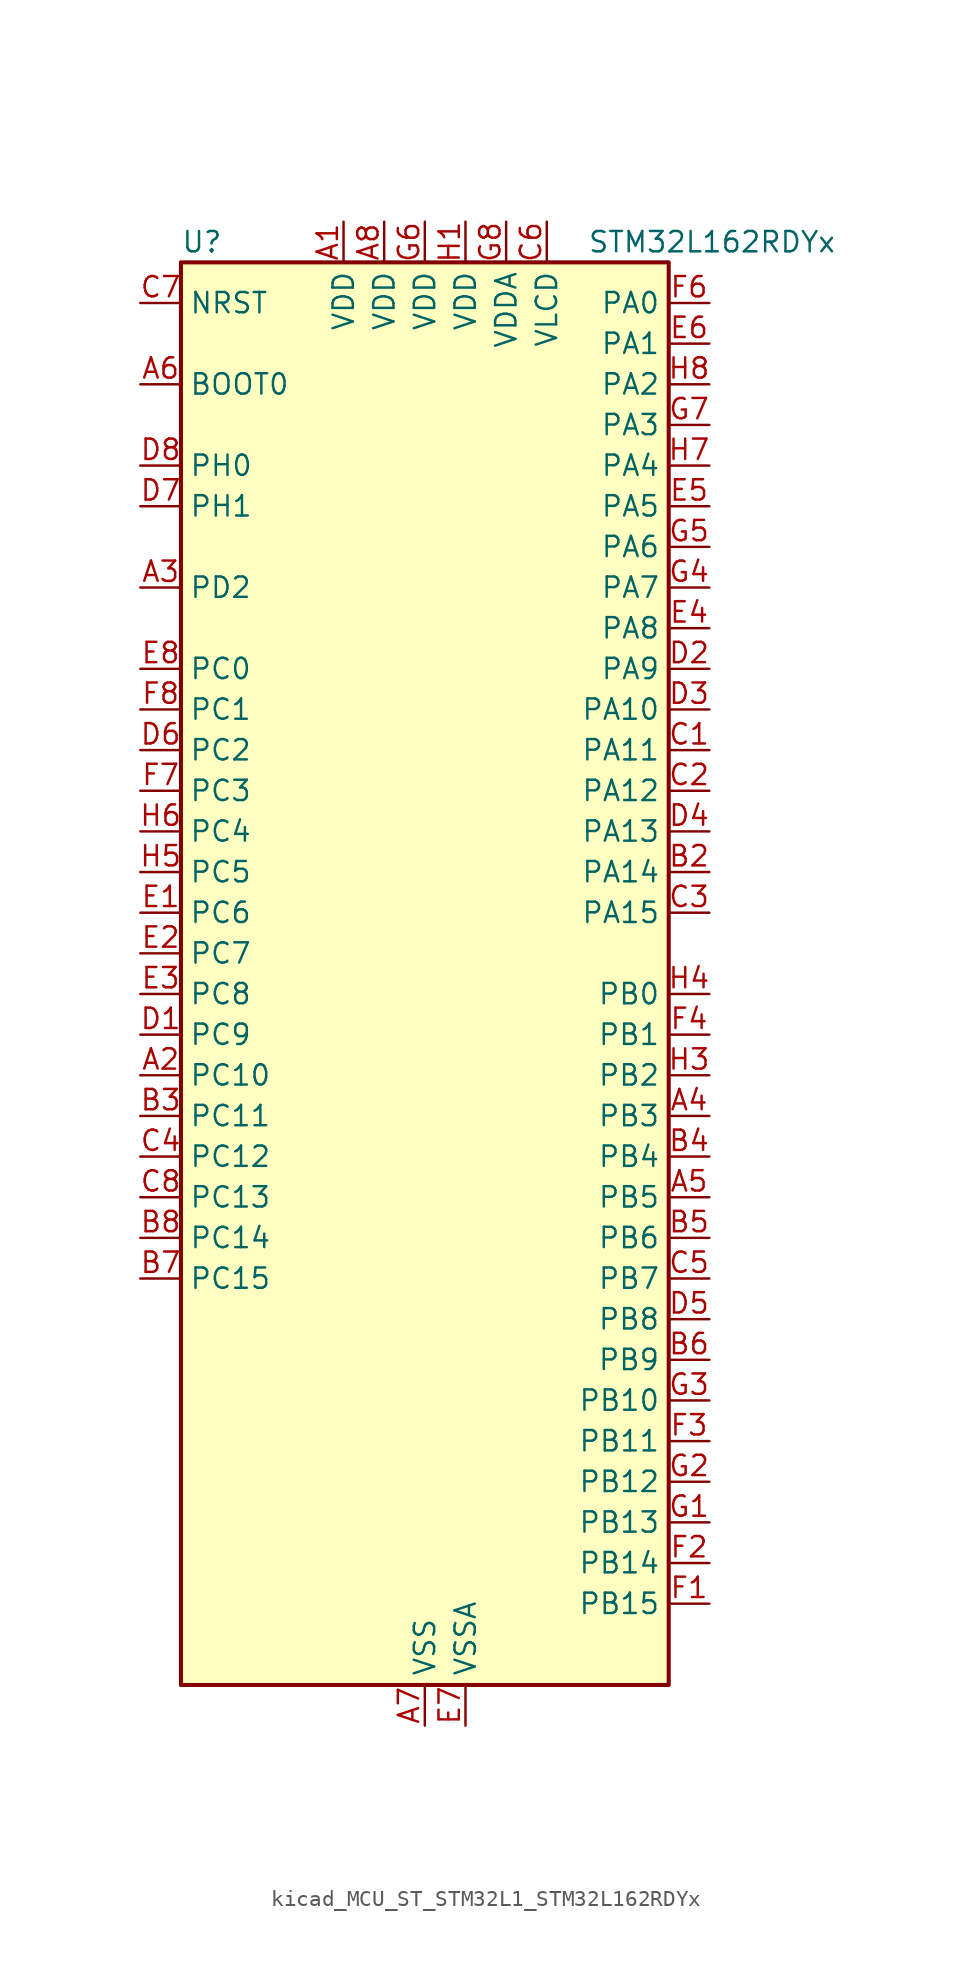
<source format=kicad_sym>
(kicad_symbol_lib
  (version 20220914)
  (generator kicad_symbol_editor)
  (symbol "kicad_MCU_ST_STM32L1_STM32L162RDYx"
    (property "Reference" "U"
      (at -15.24 46.99 0)
      (effects (font (size 1.27 1.27)) (justify left)))
    (property "Value" "STM32L162RDYx"
      (at 10.16 46.99 0)
      (effects (font (size 1.27 1.27)) (justify left)))
    (property "ki_locked" ""
      (at 0 0 0)
      (effects (font (size 1.27 1.27))))
    (symbol "kicad_MCU_ST_STM32L1_STM32L162RDYx_0_1"
      (rectangle (start -15.24 -43.18) (end 15.24 45.72) (stroke (width 0.254) (type default)) (fill (type background))))
    (symbol "kicad_MCU_ST_STM32L1_STM32L162RDYx_1_1"
      (pin power_in line (at -5.08 48.26 270) (length 2.54) (name "VDD" (effects (font (size 1.27 1.27)))) (number "A1" (effects (font (size 1.27 1.27)))))
      (pin bidirectional line (at -17.78 -5.08 0) (length 2.54) (name "PC10" (effects (font (size 1.27 1.27)))) (number "A2" (effects (font (size 1.27 1.27)))) (alternate "I2S3_CK" bidirectional line) (alternate "LCD_COM4" bidirectional line) (alternate "LCD_SEG28" bidirectional line) (alternate "LCD_SEG40" bidirectional line) (alternate "SDIO_D2" bidirectional line) (alternate "SPI3_SCK" bidirectional line) (alternate "TIMX_IC3" bidirectional line) (alternate "UART4_TX" bidirectional line) (alternate "USART3_TX" bidirectional line))
      (pin bidirectional line (at -17.78 25.4 0) (length 2.54) (name "PD2" (effects (font (size 1.27 1.27)))) (number "A3" (effects (font (size 1.27 1.27)))) (alternate "LCD_COM7" bidirectional line) (alternate "LCD_SEG31" bidirectional line) (alternate "LCD_SEG43" bidirectional line) (alternate "SDIO_CMD" bidirectional line) (alternate "TIM3_ETR" bidirectional line) (alternate "TIMX_IC3" bidirectional line) (alternate "UART5_RX" bidirectional line))
      (pin bidirectional line (at 17.78 -7.62 180) (length 2.54) (name "PB3" (effects (font (size 1.27 1.27)))) (number "A4" (effects (font (size 1.27 1.27)))) (alternate "COMP2_INM" bidirectional line) (alternate "I2S3_CK" bidirectional line) (alternate "LCD_SEG7" bidirectional line) (alternate "SPI1_SCK" bidirectional line) (alternate "SPI3_SCK" bidirectional line) (alternate "SYS_JTDO-TRACESWO" bidirectional line) (alternate "TIM2_CH2" bidirectional line))
      (pin bidirectional line (at 17.78 -12.7 180) (length 2.54) (name "PB5" (effects (font (size 1.27 1.27)))) (number "A5" (effects (font (size 1.27 1.27)))) (alternate "COMP2_INP" bidirectional line) (alternate "I2C1_SMBA" bidirectional line) (alternate "I2S3_SD" bidirectional line) (alternate "LCD_SEG9" bidirectional line) (alternate "SPI1_MOSI" bidirectional line) (alternate "SPI3_MOSI" bidirectional line) (alternate "TIM3_CH2" bidirectional line) (alternate "TS_G6_IO2" bidirectional line))
      (pin input line (at -17.78 38.1 0) (length 2.54) (name "BOOT0" (effects (font (size 1.27 1.27)))) (number "A6" (effects (font (size 1.27 1.27)))))
      (pin power_in line (at 0 -45.72 90) (length 2.54) (name "VSS" (effects (font (size 1.27 1.27)))) (number "A7" (effects (font (size 1.27 1.27)))))
      (pin power_in line (at -2.54 48.26 270) (length 2.54) (name "VDD" (effects (font (size 1.27 1.27)))) (number "A8" (effects (font (size 1.27 1.27)))))
      (pin passive line (at 0 -45.72 90) (length 2.54) hide (name "VSS" (effects (font (size 1.27 1.27)))) (number "B1" (effects (font (size 1.27 1.27)))))
      (pin bidirectional line (at 17.78 7.62 180) (length 2.54) (name "PA14" (effects (font (size 1.27 1.27)))) (number "B2" (effects (font (size 1.27 1.27)))) (alternate "SYS_JTCK-SWCLK" bidirectional line) (alternate "TIMX_IC3" bidirectional line) (alternate "TS_G5_IO2" bidirectional line))
      (pin bidirectional line (at -17.78 -7.62 0) (length 2.54) (name "PC11" (effects (font (size 1.27 1.27)))) (number "B3" (effects (font (size 1.27 1.27)))) (alternate "ADC_EXTI11" bidirectional line) (alternate "LCD_COM5" bidirectional line) (alternate "LCD_SEG29" bidirectional line) (alternate "LCD_SEG41" bidirectional line) (alternate "SDIO_D3" bidirectional line) (alternate "SPI3_MISO" bidirectional line) (alternate "TIMX_IC4" bidirectional line) (alternate "UART4_RX" bidirectional line) (alternate "USART3_RX" bidirectional line))
      (pin bidirectional line (at 17.78 -10.16 180) (length 2.54) (name "PB4" (effects (font (size 1.27 1.27)))) (number "B4" (effects (font (size 1.27 1.27)))) (alternate "COMP2_INP" bidirectional line) (alternate "LCD_SEG8" bidirectional line) (alternate "SPI1_MISO" bidirectional line) (alternate "SPI3_MISO" bidirectional line) (alternate "SYS_JTRST" bidirectional line) (alternate "TIM3_CH1" bidirectional line) (alternate "TS_G6_IO1" bidirectional line))
      (pin bidirectional line (at 17.78 -15.24 180) (length 2.54) (name "PB6" (effects (font (size 1.27 1.27)))) (number "B5" (effects (font (size 1.27 1.27)))) (alternate "COMP2_INP" bidirectional line) (alternate "I2C1_SCL" bidirectional line) (alternate "TIM4_CH1" bidirectional line) (alternate "TS_G6_IO3" bidirectional line) (alternate "USART1_TX" bidirectional line))
      (pin bidirectional line (at 17.78 -22.86 180) (length 2.54) (name "PB9" (effects (font (size 1.27 1.27)))) (number "B6" (effects (font (size 1.27 1.27)))) (alternate "DAC_EXTI9" bidirectional line) (alternate "I2C1_SDA" bidirectional line) (alternate "LCD_COM3" bidirectional line) (alternate "SDIO_D5" bidirectional line) (alternate "TIM11_CH1" bidirectional line) (alternate "TIM4_CH4" bidirectional line))
      (pin bidirectional line (at -17.78 -17.78 0) (length 2.54) (name "PC15" (effects (font (size 1.27 1.27)))) (number "B7" (effects (font (size 1.27 1.27)))) (alternate "ADC_EXTI15" bidirectional line) (alternate "RCC_OSC32_OUT" bidirectional line) (alternate "TIMX_IC4" bidirectional line))
      (pin bidirectional line (at -17.78 -15.24 0) (length 2.54) (name "PC14" (effects (font (size 1.27 1.27)))) (number "B8" (effects (font (size 1.27 1.27)))) (alternate "RCC_OSC32_IN" bidirectional line) (alternate "TIMX_IC3" bidirectional line))
      (pin bidirectional line (at 17.78 15.24 180) (length 2.54) (name "PA11" (effects (font (size 1.27 1.27)))) (number "C1" (effects (font (size 1.27 1.27)))) (alternate "ADC_EXTI11" bidirectional line) (alternate "SPI1_MISO" bidirectional line) (alternate "TIMX_IC4" bidirectional line) (alternate "USART1_CTS" bidirectional line) (alternate "USB_DM" bidirectional line))
      (pin bidirectional line (at 17.78 12.7 180) (length 2.54) (name "PA12" (effects (font (size 1.27 1.27)))) (number "C2" (effects (font (size 1.27 1.27)))) (alternate "SPI1_MOSI" bidirectional line) (alternate "TIMX_IC1" bidirectional line) (alternate "USART1_RTS" bidirectional line) (alternate "USB_DP" bidirectional line))
      (pin bidirectional line (at 17.78 5.08 180) (length 2.54) (name "PA15" (effects (font (size 1.27 1.27)))) (number "C3" (effects (font (size 1.27 1.27)))) (alternate "ADC_EXTI15" bidirectional line) (alternate "I2S3_WS" bidirectional line) (alternate "LCD_SEG17" bidirectional line) (alternate "SPI1_NSS" bidirectional line) (alternate "SPI3_NSS" bidirectional line) (alternate "SYS_JTDI" bidirectional line) (alternate "TIM2_CH1" bidirectional line) (alternate "TIM2_ETR" bidirectional line) (alternate "TIMX_IC4" bidirectional line) (alternate "TS_G5_IO3" bidirectional line))
      (pin bidirectional line (at -17.78 -10.16 0) (length 2.54) (name "PC12" (effects (font (size 1.27 1.27)))) (number "C4" (effects (font (size 1.27 1.27)))) (alternate "I2S3_SD" bidirectional line) (alternate "LCD_COM6" bidirectional line) (alternate "LCD_SEG30" bidirectional line) (alternate "LCD_SEG42" bidirectional line) (alternate "SDIO_CK" bidirectional line) (alternate "SPI3_MOSI" bidirectional line) (alternate "TIMX_IC1" bidirectional line) (alternate "UART5_TX" bidirectional line) (alternate "USART3_CK" bidirectional line))
      (pin bidirectional line (at 17.78 -17.78 180) (length 2.54) (name "PB7" (effects (font (size 1.27 1.27)))) (number "C5" (effects (font (size 1.27 1.27)))) (alternate "COMP2_INP" bidirectional line) (alternate "I2C1_SDA" bidirectional line) (alternate "SYS_PVD_IN" bidirectional line) (alternate "TIM4_CH2" bidirectional line) (alternate "TS_G6_IO4" bidirectional line) (alternate "USART1_RX" bidirectional line))
      (pin power_in line (at 7.62 48.26 270) (length 2.54) (name "VLCD" (effects (font (size 1.27 1.27)))) (number "C6" (effects (font (size 1.27 1.27)))))
      (pin input line (at -17.78 43.18 0) (length 2.54) (name "NRST" (effects (font (size 1.27 1.27)))) (number "C7" (effects (font (size 1.27 1.27)))))
      (pin bidirectional line (at -17.78 -12.7 0) (length 2.54) (name "PC13" (effects (font (size 1.27 1.27)))) (number "C8" (effects (font (size 1.27 1.27)))) (alternate "RTC_OUT_ALARM" bidirectional line) (alternate "RTC_OUT_CALIB" bidirectional line) (alternate "RTC_TAMP1" bidirectional line) (alternate "RTC_TS" bidirectional line) (alternate "SYS_WKUP2" bidirectional line) (alternate "TIMX_IC2" bidirectional line))
      (pin bidirectional line (at -17.78 -2.54 0) (length 2.54) (name "PC9" (effects (font (size 1.27 1.27)))) (number "D1" (effects (font (size 1.27 1.27)))) (alternate "DAC_EXTI9" bidirectional line) (alternate "LCD_SEG27" bidirectional line) (alternate "SDIO_D1" bidirectional line) (alternate "TIM3_CH4" bidirectional line) (alternate "TIMX_IC2" bidirectional line) (alternate "TS_G10_IO4" bidirectional line))
      (pin bidirectional line (at 17.78 20.32 180) (length 2.54) (name "PA9" (effects (font (size 1.27 1.27)))) (number "D2" (effects (font (size 1.27 1.27)))) (alternate "DAC_EXTI9" bidirectional line) (alternate "LCD_COM1" bidirectional line) (alternate "TIMX_IC2" bidirectional line) (alternate "TS_G4_IO2" bidirectional line) (alternate "USART1_TX" bidirectional line))
      (pin bidirectional line (at 17.78 17.78 180) (length 2.54) (name "PA10" (effects (font (size 1.27 1.27)))) (number "D3" (effects (font (size 1.27 1.27)))) (alternate "LCD_COM2" bidirectional line) (alternate "TIMX_IC3" bidirectional line) (alternate "TS_G4_IO3" bidirectional line) (alternate "USART1_RX" bidirectional line))
      (pin bidirectional line (at 17.78 10.16 180) (length 2.54) (name "PA13" (effects (font (size 1.27 1.27)))) (number "D4" (effects (font (size 1.27 1.27)))) (alternate "SYS_JTMS-SWDIO" bidirectional line) (alternate "TIMX_IC2" bidirectional line) (alternate "TS_G5_IO1" bidirectional line))
      (pin bidirectional line (at 17.78 -20.32 180) (length 2.54) (name "PB8" (effects (font (size 1.27 1.27)))) (number "D5" (effects (font (size 1.27 1.27)))) (alternate "I2C1_SCL" bidirectional line) (alternate "LCD_SEG16" bidirectional line) (alternate "SDIO_D4" bidirectional line) (alternate "TIM10_CH1" bidirectional line) (alternate "TIM4_CH3" bidirectional line))
      (pin bidirectional line (at -17.78 15.24 0) (length 2.54) (name "PC2" (effects (font (size 1.27 1.27)))) (number "D6" (effects (font (size 1.27 1.27)))) (alternate "ADC_IN12" bidirectional line) (alternate "COMP1_INP" bidirectional line) (alternate "LCD_SEG20" bidirectional line) (alternate "OPAMP3_VINM" bidirectional line) (alternate "TIMX_IC3" bidirectional line) (alternate "TS_G8_IO3" bidirectional line))
      (pin bidirectional line (at -17.78 30.48 0) (length 2.54) (name "PH1" (effects (font (size 1.27 1.27)))) (number "D7" (effects (font (size 1.27 1.27)))) (alternate "RCC_OSC_OUT" bidirectional line))
      (pin bidirectional line (at -17.78 33.02 0) (length 2.54) (name "PH0" (effects (font (size 1.27 1.27)))) (number "D8" (effects (font (size 1.27 1.27)))) (alternate "RCC_OSC_IN" bidirectional line))
      (pin bidirectional line (at -17.78 5.08 0) (length 2.54) (name "PC6" (effects (font (size 1.27 1.27)))) (number "E1" (effects (font (size 1.27 1.27)))) (alternate "I2S2_MCK" bidirectional line) (alternate "LCD_SEG24" bidirectional line) (alternate "SDIO_D6" bidirectional line) (alternate "TIM3_CH1" bidirectional line) (alternate "TIMX_IC3" bidirectional line) (alternate "TS_G10_IO1" bidirectional line))
      (pin bidirectional line (at -17.78 2.54 0) (length 2.54) (name "PC7" (effects (font (size 1.27 1.27)))) (number "E2" (effects (font (size 1.27 1.27)))) (alternate "I2S3_MCK" bidirectional line) (alternate "LCD_SEG25" bidirectional line) (alternate "SDIO_D7" bidirectional line) (alternate "TIM3_CH2" bidirectional line) (alternate "TIMX_IC4" bidirectional line) (alternate "TS_G10_IO2" bidirectional line))
      (pin bidirectional line (at -17.78 0 0) (length 2.54) (name "PC8" (effects (font (size 1.27 1.27)))) (number "E3" (effects (font (size 1.27 1.27)))) (alternate "LCD_SEG26" bidirectional line) (alternate "SDIO_D0" bidirectional line) (alternate "TIM3_CH3" bidirectional line) (alternate "TIMX_IC1" bidirectional line) (alternate "TS_G10_IO3" bidirectional line))
      (pin bidirectional line (at 17.78 22.86 180) (length 2.54) (name "PA8" (effects (font (size 1.27 1.27)))) (number "E4" (effects (font (size 1.27 1.27)))) (alternate "LCD_COM0" bidirectional line) (alternate "RCC_MCO" bidirectional line) (alternate "TIMX_IC1" bidirectional line) (alternate "TS_G4_IO1" bidirectional line) (alternate "USART1_CK" bidirectional line))
      (pin bidirectional line (at 17.78 30.48 180) (length 2.54) (name "PA5" (effects (font (size 1.27 1.27)))) (number "E5" (effects (font (size 1.27 1.27)))) (alternate "ADC_IN5" bidirectional line) (alternate "COMP1_INP" bidirectional line) (alternate "DAC_OUT2" bidirectional line) (alternate "SPI1_SCK" bidirectional line) (alternate "TIM2_CH1" bidirectional line) (alternate "TIM2_ETR" bidirectional line) (alternate "TIMX_IC2" bidirectional line))
      (pin bidirectional line (at 17.78 40.64 180) (length 2.54) (name "PA1" (effects (font (size 1.27 1.27)))) (number "E6" (effects (font (size 1.27 1.27)))) (alternate "ADC_IN1" bidirectional line) (alternate "COMP1_INP" bidirectional line) (alternate "LCD_SEG0" bidirectional line) (alternate "OPAMP1_VINP" bidirectional line) (alternate "TIM2_CH2" bidirectional line) (alternate "TIM5_CH2" bidirectional line) (alternate "TIMX_IC2" bidirectional line) (alternate "TS_G1_IO2" bidirectional line) (alternate "USART2_RTS" bidirectional line))
      (pin power_in line (at 2.54 -45.72 90) (length 2.54) (name "VSSA" (effects (font (size 1.27 1.27)))) (number "E7" (effects (font (size 1.27 1.27)))))
      (pin bidirectional line (at -17.78 20.32 0) (length 2.54) (name "PC0" (effects (font (size 1.27 1.27)))) (number "E8" (effects (font (size 1.27 1.27)))) (alternate "ADC_IN10" bidirectional line) (alternate "COMP1_INP" bidirectional line) (alternate "LCD_SEG18" bidirectional line) (alternate "TIMX_IC1" bidirectional line) (alternate "TS_G8_IO1" bidirectional line))
      (pin bidirectional line (at 17.78 -38.1 180) (length 2.54) (name "PB15" (effects (font (size 1.27 1.27)))) (number "F1" (effects (font (size 1.27 1.27)))) (alternate "ADC_EXTI15" bidirectional line) (alternate "ADC_IN21" bidirectional line) (alternate "COMP1_INP" bidirectional line) (alternate "I2S2_SD" bidirectional line) (alternate "LCD_SEG15" bidirectional line) (alternate "RTC_REFIN" bidirectional line) (alternate "SPI2_MOSI" bidirectional line) (alternate "TIM11_CH1" bidirectional line) (alternate "TS_G7_IO4" bidirectional line))
      (pin bidirectional line (at 17.78 -35.56 180) (length 2.54) (name "PB14" (effects (font (size 1.27 1.27)))) (number "F2" (effects (font (size 1.27 1.27)))) (alternate "ADC_IN20" bidirectional line) (alternate "COMP1_INP" bidirectional line) (alternate "LCD_SEG14" bidirectional line) (alternate "SPI2_MISO" bidirectional line) (alternate "TIM9_CH2" bidirectional line) (alternate "TS_G7_IO3" bidirectional line) (alternate "USART3_RTS" bidirectional line))
      (pin bidirectional line (at 17.78 -27.94 180) (length 2.54) (name "PB11" (effects (font (size 1.27 1.27)))) (number "F3" (effects (font (size 1.27 1.27)))) (alternate "ADC_EXTI11" bidirectional line) (alternate "I2C2_SDA" bidirectional line) (alternate "LCD_SEG11" bidirectional line) (alternate "TIM2_CH4" bidirectional line) (alternate "USART3_RX" bidirectional line))
      (pin bidirectional line (at 17.78 -2.54 180) (length 2.54) (name "PB1" (effects (font (size 1.27 1.27)))) (number "F4" (effects (font (size 1.27 1.27)))) (alternate "ADC_IN9" bidirectional line) (alternate "COMP1_INP" bidirectional line) (alternate "LCD_SEG6" bidirectional line) (alternate "SYS_V_REF_OUT" bidirectional line) (alternate "TIM3_CH4" bidirectional line) (alternate "TS_G3_IO2" bidirectional line))
      (pin passive line (at 0 -45.72 90) (length 2.54) hide (name "VSS" (effects (font (size 1.27 1.27)))) (number "F5" (effects (font (size 1.27 1.27)))))
      (pin bidirectional line (at 17.78 43.18 180) (length 2.54) (name "PA0" (effects (font (size 1.27 1.27)))) (number "F6" (effects (font (size 1.27 1.27)))) (alternate "ADC_IN0" bidirectional line) (alternate "COMP1_INP" bidirectional line) (alternate "RTC_TAMP2" bidirectional line) (alternate "SYS_WKUP1" bidirectional line) (alternate "TIM2_CH1" bidirectional line) (alternate "TIM2_ETR" bidirectional line) (alternate "TIM5_CH1" bidirectional line) (alternate "TIMX_IC1" bidirectional line) (alternate "TS_G1_IO1" bidirectional line) (alternate "USART2_CTS" bidirectional line))
      (pin bidirectional line (at -17.78 12.7 0) (length 2.54) (name "PC3" (effects (font (size 1.27 1.27)))) (number "F7" (effects (font (size 1.27 1.27)))) (alternate "ADC_IN13" bidirectional line) (alternate "COMP1_INP" bidirectional line) (alternate "LCD_SEG21" bidirectional line) (alternate "OPAMP3_VOUT" bidirectional line) (alternate "TIMX_IC4" bidirectional line) (alternate "TS_G8_IO4" bidirectional line))
      (pin bidirectional line (at -17.78 17.78 0) (length 2.54) (name "PC1" (effects (font (size 1.27 1.27)))) (number "F8" (effects (font (size 1.27 1.27)))) (alternate "ADC_IN11" bidirectional line) (alternate "COMP1_INP" bidirectional line) (alternate "LCD_SEG19" bidirectional line) (alternate "OPAMP3_VINP" bidirectional line) (alternate "TIMX_IC2" bidirectional line) (alternate "TS_G8_IO2" bidirectional line))
      (pin bidirectional line (at 17.78 -33.02 180) (length 2.54) (name "PB13" (effects (font (size 1.27 1.27)))) (number "G1" (effects (font (size 1.27 1.27)))) (alternate "ADC_IN19" bidirectional line) (alternate "COMP1_INP" bidirectional line) (alternate "I2S2_CK" bidirectional line) (alternate "LCD_SEG13" bidirectional line) (alternate "SPI2_SCK" bidirectional line) (alternate "TIM9_CH1" bidirectional line) (alternate "TS_G7_IO2" bidirectional line) (alternate "USART3_CTS" bidirectional line))
      (pin bidirectional line (at 17.78 -30.48 180) (length 2.54) (name "PB12" (effects (font (size 1.27 1.27)))) (number "G2" (effects (font (size 1.27 1.27)))) (alternate "ADC_IN18" bidirectional line) (alternate "COMP1_INP" bidirectional line) (alternate "I2C2_SMBA" bidirectional line) (alternate "I2S2_WS" bidirectional line) (alternate "LCD_SEG12" bidirectional line) (alternate "SPI2_NSS" bidirectional line) (alternate "TIM10_CH1" bidirectional line) (alternate "TS_G7_IO1" bidirectional line) (alternate "USART3_CK" bidirectional line))
      (pin bidirectional line (at 17.78 -25.4 180) (length 2.54) (name "PB10" (effects (font (size 1.27 1.27)))) (number "G3" (effects (font (size 1.27 1.27)))) (alternate "I2C2_SCL" bidirectional line) (alternate "LCD_SEG10" bidirectional line) (alternate "TIM2_CH3" bidirectional line) (alternate "USART3_TX" bidirectional line))
      (pin bidirectional line (at 17.78 25.4 180) (length 2.54) (name "PA7" (effects (font (size 1.27 1.27)))) (number "G4" (effects (font (size 1.27 1.27)))) (alternate "ADC_IN7" bidirectional line) (alternate "COMP1_INP" bidirectional line) (alternate "LCD_SEG4" bidirectional line) (alternate "OPAMP2_VINM" bidirectional line) (alternate "SPI1_MOSI" bidirectional line) (alternate "TIM11_CH1" bidirectional line) (alternate "TIM3_CH2" bidirectional line) (alternate "TIMX_IC4" bidirectional line) (alternate "TS_G2_IO2" bidirectional line))
      (pin bidirectional line (at 17.78 27.94 180) (length 2.54) (name "PA6" (effects (font (size 1.27 1.27)))) (number "G5" (effects (font (size 1.27 1.27)))) (alternate "ADC_IN6" bidirectional line) (alternate "COMP1_INP" bidirectional line) (alternate "LCD_SEG3" bidirectional line) (alternate "OPAMP2_VINP" bidirectional line) (alternate "SPI1_MISO" bidirectional line) (alternate "TIM10_CH1" bidirectional line) (alternate "TIM3_CH1" bidirectional line) (alternate "TIMX_IC3" bidirectional line) (alternate "TS_G2_IO1" bidirectional line))
      (pin power_in line (at 0 48.26 270) (length 2.54) (name "VDD" (effects (font (size 1.27 1.27)))) (number "G6" (effects (font (size 1.27 1.27)))))
      (pin bidirectional line (at 17.78 35.56 180) (length 2.54) (name "PA3" (effects (font (size 1.27 1.27)))) (number "G7" (effects (font (size 1.27 1.27)))) (alternate "ADC_IN3" bidirectional line) (alternate "COMP1_INP" bidirectional line) (alternate "LCD_SEG2" bidirectional line) (alternate "OPAMP1_VOUT" bidirectional line) (alternate "TIM2_CH4" bidirectional line) (alternate "TIM5_CH4" bidirectional line) (alternate "TIM9_CH2" bidirectional line) (alternate "TIMX_IC4" bidirectional line) (alternate "TS_G1_IO4" bidirectional line) (alternate "USART2_RX" bidirectional line))
      (pin power_in line (at 5.08 48.26 270) (length 2.54) (name "VDDA" (effects (font (size 1.27 1.27)))) (number "G8" (effects (font (size 1.27 1.27)))))
      (pin power_in line (at 2.54 48.26 270) (length 2.54) (name "VDD" (effects (font (size 1.27 1.27)))) (number "H1" (effects (font (size 1.27 1.27)))))
      (pin passive line (at 0 -45.72 90) (length 2.54) hide (name "VSS" (effects (font (size 1.27 1.27)))) (number "H2" (effects (font (size 1.27 1.27)))))
      (pin bidirectional line (at 17.78 -5.08 180) (length 2.54) (name "PB2" (effects (font (size 1.27 1.27)))) (number "H3" (effects (font (size 1.27 1.27)))) (alternate "TS_G3_IO3" bidirectional line))
      (pin bidirectional line (at 17.78 0 180) (length 2.54) (name "PB0" (effects (font (size 1.27 1.27)))) (number "H4" (effects (font (size 1.27 1.27)))) (alternate "ADC_IN8" bidirectional line) (alternate "COMP1_INP" bidirectional line) (alternate "LCD_SEG5" bidirectional line) (alternate "OPAMP2_VOUT" bidirectional line) (alternate "SYS_V_REF_OUT" bidirectional line) (alternate "TIM3_CH3" bidirectional line) (alternate "TS_G3_IO1" bidirectional line))
      (pin bidirectional line (at -17.78 7.62 0) (length 2.54) (name "PC5" (effects (font (size 1.27 1.27)))) (number "H5" (effects (font (size 1.27 1.27)))) (alternate "ADC_IN15" bidirectional line) (alternate "COMP1_INP" bidirectional line) (alternate "LCD_SEG23" bidirectional line) (alternate "TIMX_IC2" bidirectional line) (alternate "TS_G9_IO2" bidirectional line))
      (pin bidirectional line (at -17.78 10.16 0) (length 2.54) (name "PC4" (effects (font (size 1.27 1.27)))) (number "H6" (effects (font (size 1.27 1.27)))) (alternate "ADC_IN14" bidirectional line) (alternate "COMP1_INP" bidirectional line) (alternate "LCD_SEG22" bidirectional line) (alternate "TIMX_IC1" bidirectional line) (alternate "TS_G9_IO1" bidirectional line))
      (pin bidirectional line (at 17.78 33.02 180) (length 2.54) (name "PA4" (effects (font (size 1.27 1.27)))) (number "H7" (effects (font (size 1.27 1.27)))) (alternate "ADC_IN4" bidirectional line) (alternate "COMP1_INP" bidirectional line) (alternate "DAC_OUT1" bidirectional line) (alternate "I2S3_WS" bidirectional line) (alternate "SPI1_NSS" bidirectional line) (alternate "SPI3_NSS" bidirectional line) (alternate "TIMX_IC1" bidirectional line) (alternate "USART2_CK" bidirectional line))
      (pin bidirectional line (at 17.78 38.1 180) (length 2.54) (name "PA2" (effects (font (size 1.27 1.27)))) (number "H8" (effects (font (size 1.27 1.27)))) (alternate "ADC_IN2" bidirectional line) (alternate "COMP1_INP" bidirectional line) (alternate "LCD_SEG1" bidirectional line) (alternate "OPAMP1_VINM" bidirectional line) (alternate "TIM2_CH3" bidirectional line) (alternate "TIM5_CH3" bidirectional line) (alternate "TIM9_CH1" bidirectional line) (alternate "TIMX_IC3" bidirectional line) (alternate "TS_G1_IO3" bidirectional line) (alternate "USART2_TX" bidirectional line)))))
</source>
